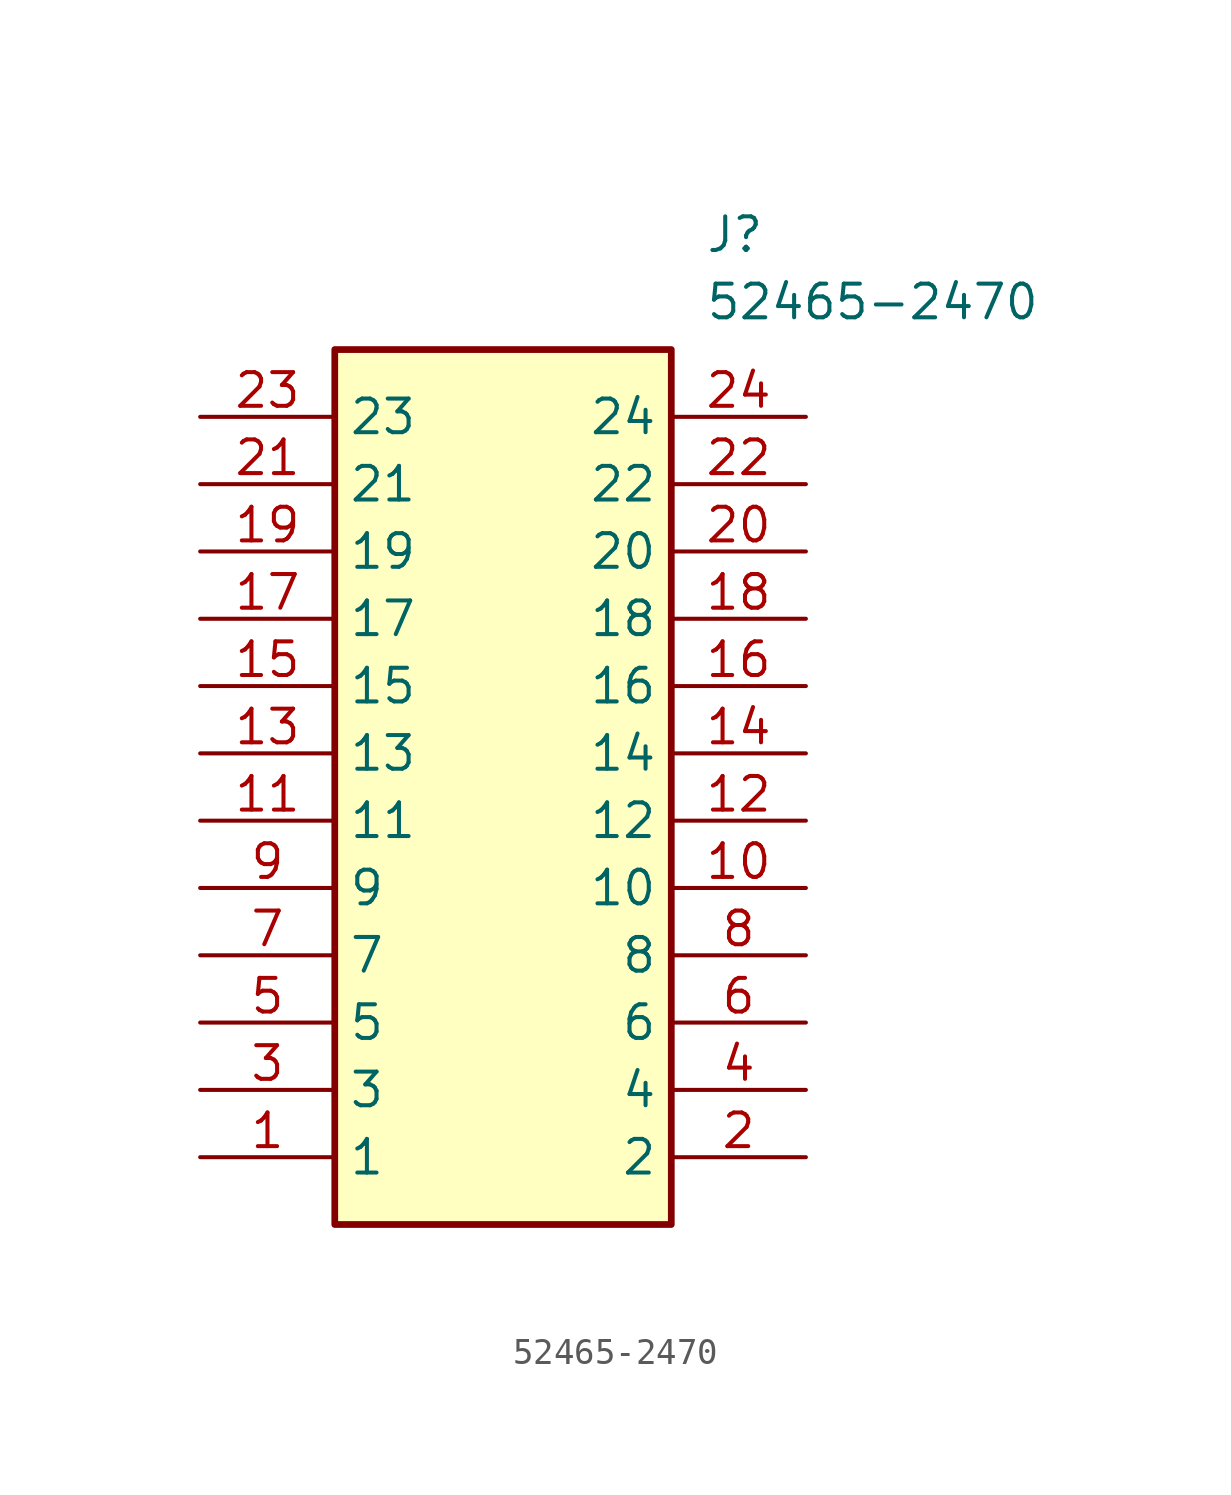
<source format=kicad_sym>
(kicad_symbol_lib
  (version 20211014)
  (generator SamacSys_ECAD_Model)
  (symbol "52465-2470"
    (property "Reference" "J"
      (at 19.05 7.62 0)
      (effects (font (size 1.27 1.27)) (justify left top)))
    (property "Value" "52465-2470"
      (at 19.05 5.08 0)
      (effects (font (size 1.27 1.27)) (justify left top)))
    (rectangle
      (start 5.08 2.54)
      (end 17.78 -30.48)
      (stroke (width 0.254) (type default))
      (fill (type background)))
    (pin passive line
      (at 0 -27.94 0)
      (length 5.08)
      (name "1" (effects (font (size 1.27 1.27))))
      (number "1" (effects (font (size 1.27 1.27)))))
    (pin passive line
      (at 22.86 -27.94 180)
      (length 5.08)
      (name "2" (effects (font (size 1.27 1.27))))
      (number "2" (effects (font (size 1.27 1.27)))))
    (pin passive line
      (at 0 -25.4 0)
      (length 5.08)
      (name "3" (effects (font (size 1.27 1.27))))
      (number "3" (effects (font (size 1.27 1.27)))))
    (pin passive line
      (at 22.86 -25.4 180)
      (length 5.08)
      (name "4" (effects (font (size 1.27 1.27))))
      (number "4" (effects (font (size 1.27 1.27)))))
    (pin passive line
      (at 0 -22.86 0)
      (length 5.08)
      (name "5" (effects (font (size 1.27 1.27))))
      (number "5" (effects (font (size 1.27 1.27)))))
    (pin passive line
      (at 22.86 -22.86 180)
      (length 5.08)
      (name "6" (effects (font (size 1.27 1.27))))
      (number "6" (effects (font (size 1.27 1.27)))))
    (pin passive line
      (at 0 -20.32 0)
      (length 5.08)
      (name "7" (effects (font (size 1.27 1.27))))
      (number "7" (effects (font (size 1.27 1.27)))))
    (pin passive line
      (at 22.86 -20.32 180)
      (length 5.08)
      (name "8" (effects (font (size 1.27 1.27))))
      (number "8" (effects (font (size 1.27 1.27)))))
    (pin passive line
      (at 0 -17.78 0)
      (length 5.08)
      (name "9" (effects (font (size 1.27 1.27))))
      (number "9" (effects (font (size 1.27 1.27)))))
    (pin passive line
      (at 22.86 -17.78 180)
      (length 5.08)
      (name "10" (effects (font (size 1.27 1.27))))
      (number "10" (effects (font (size 1.27 1.27)))))
    (pin passive line
      (at 0 -15.24 0)
      (length 5.08)
      (name "11" (effects (font (size 1.27 1.27))))
      (number "11" (effects (font (size 1.27 1.27)))))
    (pin passive line
      (at 22.86 -15.24 180)
      (length 5.08)
      (name "12" (effects (font (size 1.27 1.27))))
      (number "12" (effects (font (size 1.27 1.27)))))
    (pin passive line
      (at 0 -12.7 0)
      (length 5.08)
      (name "13" (effects (font (size 1.27 1.27))))
      (number "13" (effects (font (size 1.27 1.27)))))
    (pin passive line
      (at 22.86 -12.7 180)
      (length 5.08)
      (name "14" (effects (font (size 1.27 1.27))))
      (number "14" (effects (font (size 1.27 1.27)))))
    (pin passive line
      (at 0 -10.16 0)
      (length 5.08)
      (name "15" (effects (font (size 1.27 1.27))))
      (number "15" (effects (font (size 1.27 1.27)))))
    (pin passive line
      (at 22.86 -10.16 180)
      (length 5.08)
      (name "16" (effects (font (size 1.27 1.27))))
      (number "16" (effects (font (size 1.27 1.27)))))
    (pin passive line
      (at 0 -7.62 0)
      (length 5.08)
      (name "17" (effects (font (size 1.27 1.27))))
      (number "17" (effects (font (size 1.27 1.27)))))
    (pin passive line
      (at 22.86 -7.62 180)
      (length 5.08)
      (name "18" (effects (font (size 1.27 1.27))))
      (number "18" (effects (font (size 1.27 1.27)))))
    (pin passive line
      (at 0 -5.08 0)
      (length 5.08)
      (name "19" (effects (font (size 1.27 1.27))))
      (number "19" (effects (font (size 1.27 1.27)))))
    (pin passive line
      (at 22.86 -5.08 180)
      (length 5.08)
      (name "20" (effects (font (size 1.27 1.27))))
      (number "20" (effects (font (size 1.27 1.27)))))
    (pin passive line
      (at 0 -2.54 0)
      (length 5.08)
      (name "21" (effects (font (size 1.27 1.27))))
      (number "21" (effects (font (size 1.27 1.27)))))
    (pin passive line
      (at 22.86 -2.54 180)
      (length 5.08)
      (name "22" (effects (font (size 1.27 1.27))))
      (number "22" (effects (font (size 1.27 1.27)))))
    (pin passive line
      (at 0 0 0)
      (length 5.08)
      (name "23" (effects (font (size 1.27 1.27))))
      (number "23" (effects (font (size 1.27 1.27)))))
    (pin passive line
      (at 22.86 0 180)
      (length 5.08)
      (name "24" (effects (font (size 1.27 1.27))))
      (number "24" (effects (font (size 1.27 1.27)))))))
</source>
